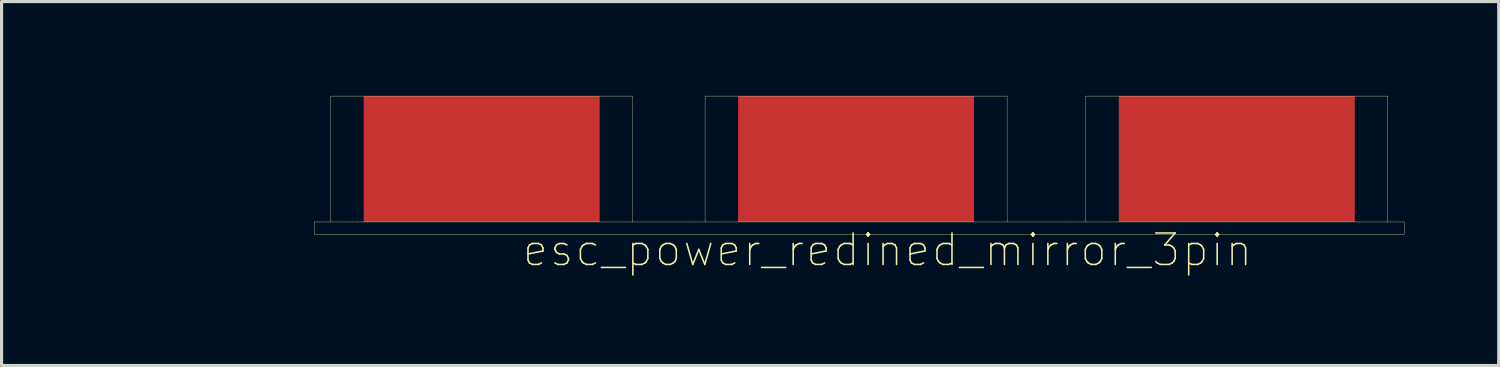
<source format=kicad_pcb>
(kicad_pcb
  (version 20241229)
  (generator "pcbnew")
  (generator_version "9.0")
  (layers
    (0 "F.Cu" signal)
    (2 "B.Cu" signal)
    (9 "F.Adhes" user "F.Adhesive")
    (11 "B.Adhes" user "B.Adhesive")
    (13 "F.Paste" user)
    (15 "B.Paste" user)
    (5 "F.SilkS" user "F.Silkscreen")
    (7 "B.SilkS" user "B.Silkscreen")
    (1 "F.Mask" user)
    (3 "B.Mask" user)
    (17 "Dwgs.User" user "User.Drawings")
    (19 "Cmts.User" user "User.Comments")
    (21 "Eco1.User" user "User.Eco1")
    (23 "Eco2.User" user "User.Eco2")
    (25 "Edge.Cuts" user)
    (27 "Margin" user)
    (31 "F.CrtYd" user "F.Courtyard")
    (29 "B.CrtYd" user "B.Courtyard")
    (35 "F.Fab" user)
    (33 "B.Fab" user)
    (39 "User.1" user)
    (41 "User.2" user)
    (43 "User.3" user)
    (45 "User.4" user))
  (footprint "esc_power_redined_mirror_3pin"
    (layer "F.Cu")
    (at 0.25 4.005)
    (property "Reference" "esc_power_redined_mirror_3pin" (at 24.91 0.89 0) (layer "F.SilkS") (effects (font (size 1 1) (thickness 0.05))))
    (attr through_hole)
    (fp_line (start 6.69 0) (end 6.69 0.39) (stroke (width 0.01) (type solid)) (layer "F.SilkS"))
    (fp_line (start 6.69 0) (end 7.21 0) (stroke (width 0.01) (type solid)) (layer "F.SilkS"))
    (fp_line (start 6.69 0.39) (end 41.33 0.39) (stroke (width 0.01) (type solid)) (layer "F.SilkS"))
    (fp_line (start 7.21 0) (end 7.21 -4) (stroke (width 0.01) (type solid)) (layer "F.SilkS"))
    (fp_line (start 16.81 -4) (end 7.21 -4) (stroke (width 0.01) (type solid)) (layer "F.SilkS"))
    (fp_line (start 16.81 0) (end 7.21 0) (stroke (width 0.01) (type solid)) (layer "F.SilkS"))
    (fp_line (start 16.81 0) (end 16.81 -4) (stroke (width 0.01) (type solid)) (layer "F.SilkS"))
    (fp_line (start 16.81 0) (end 18.61 0) (stroke (width 0.01) (type solid)) (layer "F.SilkS"))
    (fp_line (start 19.11 0) (end 19.11 -4) (stroke (width 0.01) (type solid)) (layer "F.SilkS"))
    (fp_line (start 28.71 -4) (end 19.11 -4) (stroke (width 0.01) (type solid)) (layer "F.SilkS"))
    (fp_line (start 28.71 0) (end 18.61 0) (stroke (width 0.01) (type solid)) (layer "F.SilkS"))
    (fp_line (start 28.71 0) (end 28.71 -4) (stroke (width 0.01) (type solid)) (layer "F.SilkS"))
    (fp_line (start 30.71 0) (end 28.71 0) (stroke (width 0.01) (type solid)) (layer "F.SilkS"))
    (fp_line (start 31.21 -4) (end 40.81 -4) (stroke (width 0.01) (type solid)) (layer "F.SilkS"))
    (fp_line (start 31.21 0) (end 31.21 -4) (stroke (width 0.01) (type solid)) (layer "F.SilkS"))
    (fp_line (start 40.81 -4) (end 40.81 0) (stroke (width 0.01) (type solid)) (layer "F.SilkS"))
    (fp_line (start 40.81 0) (end 30.71 0) (stroke (width 0.01) (type solid)) (layer "F.SilkS"))
    (fp_line (start 40.81 0) (end 41.33 0) (stroke (width 0.01) (type solid)) (layer "F.SilkS"))
    (fp_line (start 41.33 0) (end 41.33 0.39) (stroke (width 0.01) (type solid)) (layer "F.SilkS"))
    (pad "1" smd rect (at 36.01 -2) (size 7.5 4) (layers "F.Cu" "F.Mask" "B.Adhes"))
    (pad "2" smd rect (at 23.91 -2) (size 7.5 4) (layers "F.Cu" "F.Mask" "B.Adhes"))
    (pad "3" smd rect (at 12.01 -2) (size 7.5 4) (layers "F.Cu" "F.Mask" "B.Adhes")))
  (gr_rect
    (start -3 -3)
    (end 44.585 8.568)
    (stroke (width 0.1) (type default))
    (fill no)
    (layer "Edge.Cuts")))
</source>
